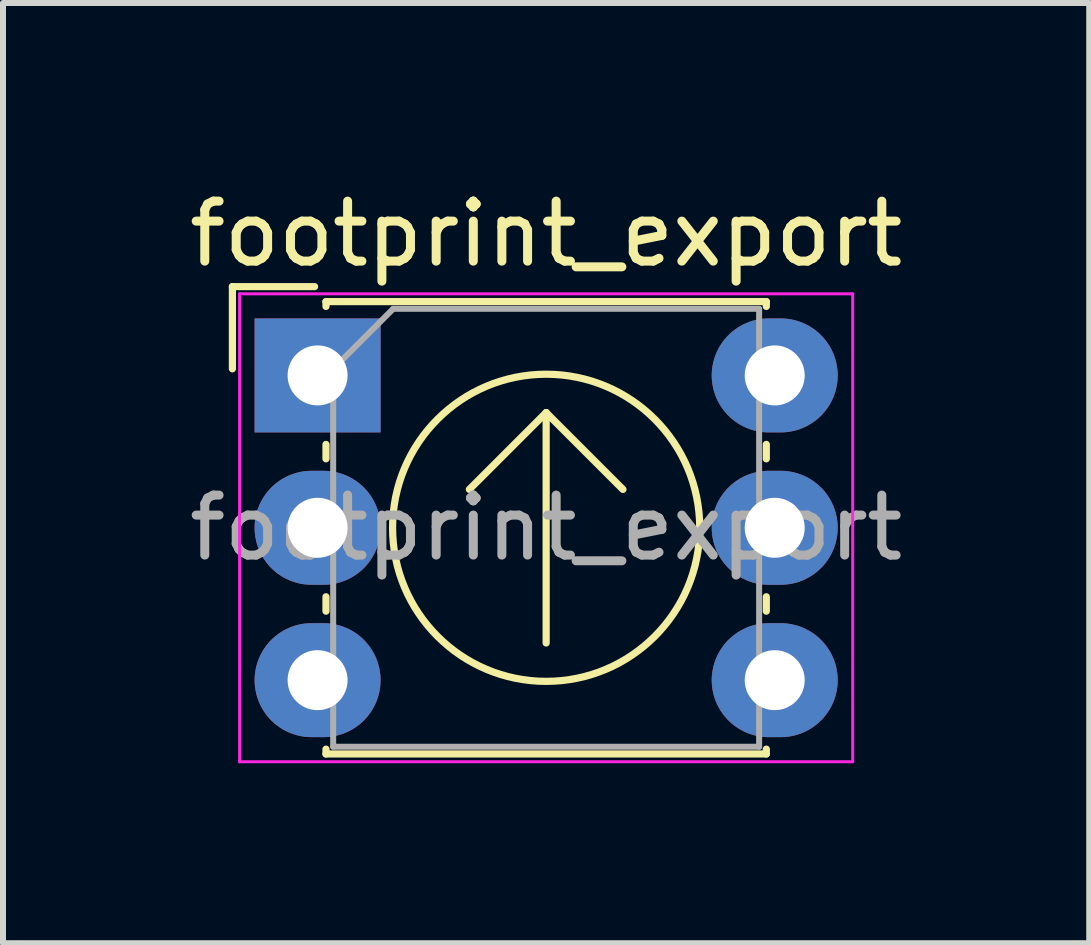
<source format=kicad_pcb>
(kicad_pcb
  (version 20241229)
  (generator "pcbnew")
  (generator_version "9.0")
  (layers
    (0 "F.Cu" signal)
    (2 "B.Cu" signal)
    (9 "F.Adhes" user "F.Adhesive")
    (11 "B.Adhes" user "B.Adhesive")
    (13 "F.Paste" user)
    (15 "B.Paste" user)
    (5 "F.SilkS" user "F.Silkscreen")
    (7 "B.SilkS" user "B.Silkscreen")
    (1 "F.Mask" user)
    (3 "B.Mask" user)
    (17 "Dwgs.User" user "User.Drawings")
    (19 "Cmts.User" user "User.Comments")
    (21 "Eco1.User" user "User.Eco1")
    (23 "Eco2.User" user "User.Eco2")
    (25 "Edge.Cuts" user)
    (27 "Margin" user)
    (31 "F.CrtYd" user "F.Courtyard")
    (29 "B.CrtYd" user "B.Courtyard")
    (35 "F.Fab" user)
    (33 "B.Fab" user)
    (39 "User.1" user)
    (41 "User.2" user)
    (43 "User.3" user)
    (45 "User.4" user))
  (footprint "footprint_export"
    (layer "F.Cu")
    (at 2.244 3.208)
    (property "Reference" "footprint_export" (at 3.81 -2.36 0) (layer "F.SilkS") (effects (font (size 1 1) (thickness 0.15))))
    (attr through_hole)
    (fp_line (start -1.42 -1.48) (end -0.05 -1.48) (stroke (width 0.12) (type solid)) (layer "F.SilkS"))
    (fp_line (start -1.42 -0.11) (end -1.42 -1.48) (stroke (width 0.12) (type solid)) (layer "F.SilkS"))
    (fp_line (start 0.14 -1.23) (end 7.48 -1.23) (stroke (width 0.12) (type solid)) (layer "F.SilkS"))
    (fp_line (start 0.14 -1.15) (end 0.14 -1.23) (stroke (width 0.12) (type solid)) (layer "F.SilkS"))
    (fp_line (start 0.14 1.15) (end 0.14 1.39) (stroke (width 0.12) (type solid)) (layer "F.SilkS"))
    (fp_line (start 0.14 3.69) (end 0.14 3.93) (stroke (width 0.12) (type solid)) (layer "F.SilkS"))
    (fp_line (start 0.14 6.23) (end 0.14 6.31) (stroke (width 0.12) (type solid)) (layer "F.SilkS"))
    (fp_line (start 0.14 6.31) (end 7.48 6.31) (stroke (width 0.12) (type solid)) (layer "F.SilkS"))
    (fp_line (start 2.53 1.9) (end 3.81 0.62) (stroke (width 0.12) (type solid)) (layer "F.SilkS"))
    (fp_line (start 3.81 0.62) (end 3.81 4.46) (stroke (width 0.12) (type solid)) (layer "F.SilkS"))
    (fp_line (start 3.81 0.62) (end 5.09 1.9) (stroke (width 0.12) (type solid)) (layer "F.SilkS"))
    (fp_line (start 7.48 -1.23) (end 7.48 -1.15) (stroke (width 0.12) (type solid)) (layer "F.SilkS"))
    (fp_line (start 7.48 1.15) (end 7.48 1.39) (stroke (width 0.12) (type solid)) (layer "F.SilkS"))
    (fp_line (start 7.48 3.69) (end 7.48 3.93) (stroke (width 0.12) (type solid)) (layer "F.SilkS"))
    (fp_line (start 7.48 6.31) (end 7.48 6.23) (stroke (width 0.12) (type solid)) (layer "F.SilkS"))
    (fp_circle (center 3.81 2.54) (end 6.37 2.54) (stroke (width 0.12) (type solid)) (fill no) (layer "F.SilkS"))
    (fp_line (start -1.3 -1.36) (end -1.3 6.44) (stroke (width 0.05) (type solid)) (layer "F.CrtYd"))
    (fp_line (start -1.3 6.44) (end 8.92 6.44) (stroke (width 0.05) (type solid)) (layer "F.CrtYd"))
    (fp_line (start 8.92 -1.36) (end -1.3 -1.36) (stroke (width 0.05) (type solid)) (layer "F.CrtYd"))
    (fp_line (start 8.92 6.44) (end 8.92 -1.36) (stroke (width 0.05) (type solid)) (layer "F.CrtYd"))
    (fp_line (start 0.26 -0.11) (end 1.26 -1.11) (stroke (width 0.1) (type solid)) (layer "F.Fab"))
    (fp_line (start 0.26 6.19) (end 0.26 -0.11) (stroke (width 0.1) (type solid)) (layer "F.Fab"))
    (fp_line (start 1.26 -1.11) (end 7.36 -1.11) (stroke (width 0.1) (type solid)) (layer "F.Fab"))
    (fp_line (start 7.36 -1.11) (end 7.36 6.19) (stroke (width 0.1) (type solid)) (layer "F.Fab"))
    (fp_line (start 7.36 6.19) (end 0.26 6.19) (stroke (width 0.1) (type solid)) (layer "F.Fab"))
    (fp_text user "${REFERENCE}" (at 3.81 2.54 0) (layer "F.Fab") (effects (font (size 1 1) (thickness 0.15))))
    (pad "1" thru_hole rect (at 0 0) (size 2.1 1.9) (drill 1) (layers "*.Cu" "*.Mask"))
    (pad "2" thru_hole oval (at 7.62 5.08) (size 2.1 1.9) (drill 1) (layers "*.Cu" "*.Mask"))
    (pad "4" thru_hole oval (at 0 5.08) (size 2.1 1.9) (drill 1) (layers "*.Cu" "*.Mask"))
    (pad "8" thru_hole oval (at 7.62 0) (size 2.1 1.9) (drill 1) (layers "*.Cu" "*.Mask"))
    (pad "C" thru_hole oval (at 0 2.54) (size 2.1 1.9) (drill 1) (layers "*.Cu" "*.Mask"))
    (pad "C" thru_hole oval (at 7.62 2.54) (size 2.1 1.9) (drill 1) (layers "*.Cu" "*.Mask")))
  (gr_rect
    (start -3 -3)
    (end 15.107 12.673)
    (stroke (width 0.1) (type default))
    (fill no)
    (layer "Edge.Cuts")))
</source>
